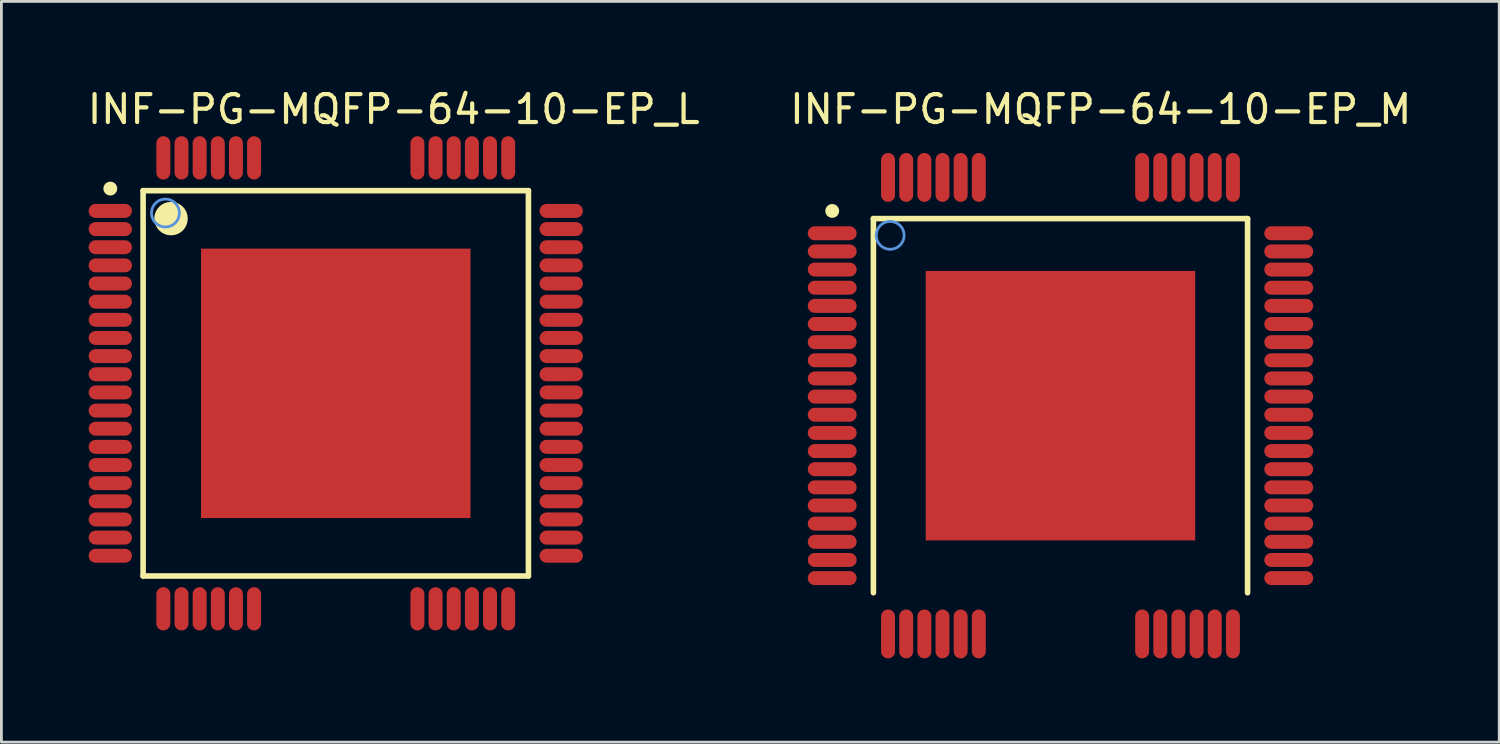
<source format=kicad_pcb>
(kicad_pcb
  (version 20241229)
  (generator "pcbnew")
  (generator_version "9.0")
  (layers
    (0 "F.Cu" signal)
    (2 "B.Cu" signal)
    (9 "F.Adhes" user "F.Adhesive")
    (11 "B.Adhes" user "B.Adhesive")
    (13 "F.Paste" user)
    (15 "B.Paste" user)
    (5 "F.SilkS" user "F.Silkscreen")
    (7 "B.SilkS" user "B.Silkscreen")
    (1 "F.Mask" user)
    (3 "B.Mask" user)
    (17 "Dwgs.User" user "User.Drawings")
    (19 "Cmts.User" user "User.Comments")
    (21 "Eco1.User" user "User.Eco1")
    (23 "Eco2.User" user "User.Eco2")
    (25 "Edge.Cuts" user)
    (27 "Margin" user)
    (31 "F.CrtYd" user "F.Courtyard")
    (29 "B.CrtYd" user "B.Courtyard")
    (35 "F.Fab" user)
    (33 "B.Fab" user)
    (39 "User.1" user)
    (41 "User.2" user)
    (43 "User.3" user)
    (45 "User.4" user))
  (footprint "INF-PG-MQFP-64-10-EP_M"
    (layer "F.Cu")
    (at 34.93 11.479)
    (property "Reference" "INF-PG-MQFP-64-10-EP_M" (at -9.775 -10.029 0) (layer "F.SilkS") (effects (font (size 1 1) (thickness 0.15)) (justify left bottom)))
    (attr through_hole)
    (fp_line (start -6.7 -6.7) (end 6.7 -6.7) (stroke (width 0.2) (type solid)) (layer "F.SilkS"))
    (fp_line (start -6.7 6.7) (end -6.7 -6.7) (stroke (width 0.2) (type solid)) (layer "F.SilkS"))
    (fp_line (start 6.7 6.7) (end 6.7 -6.7) (stroke (width 0.2) (type solid)) (layer "F.SilkS"))
    (fp_circle (center -8.175 -6.975) (end -8.05 -6.975) (stroke (width 0.25) (type solid)) (fill no) (layer "F.SilkS"))
    (fp_circle (center -6.1 -6.1) (end -5.6 -6.1) (stroke (width 0.1) (type solid)) (fill no) (layer "Cmts.User"))
    (pad "1" smd oval (at -8.175 -6.175 90) (size 0.5 1.75) (layers "F.Cu" "F.Mask" "F.Paste"))
    (pad "2" smd oval (at -8.175 -5.525 90) (size 0.5 1.75) (layers "F.Cu" "F.Mask" "F.Paste"))
    (pad "3" smd oval (at -8.175 -4.875 90) (size 0.5 1.75) (layers "F.Cu" "F.Mask" "F.Paste"))
    (pad "4" smd oval (at -8.175 -4.225 90) (size 0.5 1.75) (layers "F.Cu" "F.Mask" "F.Paste"))
    (pad "5" smd oval (at -8.175 -3.575 90) (size 0.5 1.75) (layers "F.Cu" "F.Mask" "F.Paste"))
    (pad "6" smd oval (at -8.175 -2.925 90) (size 0.5 1.75) (layers "F.Cu" "F.Mask" "F.Paste"))
    (pad "7" smd oval (at -8.175 -2.275 90) (size 0.5 1.75) (layers "F.Cu" "F.Mask" "F.Paste"))
    (pad "8" smd oval (at -8.175 -1.625 90) (size 0.5 1.75) (layers "F.Cu" "F.Mask" "F.Paste"))
    (pad "9" smd oval (at -8.175 -0.975 90) (size 0.5 1.75) (layers "F.Cu" "F.Mask" "F.Paste"))
    (pad "10" smd oval (at -8.175 -0.325 90) (size 0.5 1.75) (layers "F.Cu" "F.Mask" "F.Paste"))
    (pad "11" smd oval (at -8.175 0.325 90) (size 0.5 1.75) (layers "F.Cu" "F.Mask" "F.Paste"))
    (pad "12" smd oval (at -8.175 0.975 90) (size 0.5 1.75) (layers "F.Cu" "F.Mask" "F.Paste"))
    (pad "13" smd oval (at -8.175 1.625 90) (size 0.5 1.75) (layers "F.Cu" "F.Mask" "F.Paste"))
    (pad "14" smd oval (at -8.175 2.275 90) (size 0.5 1.75) (layers "F.Cu" "F.Mask" "F.Paste"))
    (pad "15" smd oval (at -8.175 2.925 90) (size 0.5 1.75) (layers "F.Cu" "F.Mask" "F.Paste"))
    (pad "16" smd oval (at -8.175 3.575 90) (size 0.5 1.75) (layers "F.Cu" "F.Mask" "F.Paste"))
    (pad "17" smd oval (at -8.175 4.225 90) (size 0.5 1.75) (layers "F.Cu" "F.Mask" "F.Paste"))
    (pad "18" smd oval (at -8.175 4.875 90) (size 0.5 1.75) (layers "F.Cu" "F.Mask" "F.Paste"))
    (pad "19" smd oval (at -8.175 5.525 90) (size 0.5 1.75) (layers "F.Cu" "F.Mask" "F.Paste"))
    (pad "20" smd oval (at -8.175 6.175 90) (size 0.5 1.75) (layers "F.Cu" "F.Mask" "F.Paste"))
    (pad "21" smd oval (at -6.175 8.175) (size 0.5 1.75) (layers "F.Cu" "F.Mask" "F.Paste"))
    (pad "22" smd oval (at -5.525 8.175) (size 0.5 1.75) (layers "F.Cu" "F.Mask" "F.Paste"))
    (pad "23" smd oval (at -4.875 8.175) (size 0.5 1.75) (layers "F.Cu" "F.Mask" "F.Paste"))
    (pad "24" smd oval (at -4.225 8.175) (size 0.5 1.75) (layers "F.Cu" "F.Mask" "F.Paste"))
    (pad "25" smd oval (at -3.575 8.175) (size 0.5 1.75) (layers "F.Cu" "F.Mask" "F.Paste"))
    (pad "26" smd oval (at -2.925 8.175) (size 0.5 1.75) (layers "F.Cu" "F.Mask" "F.Paste"))
    (pad "27" smd oval (at 2.925 8.175) (size 0.5 1.75) (layers "F.Cu" "F.Mask" "F.Paste"))
    (pad "28" smd oval (at 3.575 8.175) (size 0.5 1.75) (layers "F.Cu" "F.Mask" "F.Paste"))
    (pad "29" smd oval (at 4.225 8.175) (size 0.5 1.75) (layers "F.Cu" "F.Mask" "F.Paste"))
    (pad "30" smd oval (at 4.875 8.175) (size 0.5 1.75) (layers "F.Cu" "F.Mask" "F.Paste"))
    (pad "31" smd oval (at 5.525 8.175) (size 0.5 1.75) (layers "F.Cu" "F.Mask" "F.Paste"))
    (pad "32" smd oval (at 6.175 8.175) (size 0.5 1.75) (layers "F.Cu" "F.Mask" "F.Paste"))
    (pad "33" smd oval (at 8.175 6.175 90) (size 0.5 1.75) (layers "F.Cu" "F.Mask" "F.Paste"))
    (pad "34" smd oval (at 8.175 5.525 90) (size 0.5 1.75) (layers "F.Cu" "F.Mask" "F.Paste"))
    (pad "35" smd oval (at 8.175 4.875 90) (size 0.5 1.75) (layers "F.Cu" "F.Mask" "F.Paste"))
    (pad "36" smd oval (at 8.175 4.225 90) (size 0.5 1.75) (layers "F.Cu" "F.Mask" "F.Paste"))
    (pad "37" smd oval (at 8.175 3.575 90) (size 0.5 1.75) (layers "F.Cu" "F.Mask" "F.Paste"))
    (pad "38" smd oval (at 8.175 2.925 90) (size 0.5 1.75) (layers "F.Cu" "F.Mask" "F.Paste"))
    (pad "39" smd oval (at 8.175 2.275 90) (size 0.5 1.75) (layers "F.Cu" "F.Mask" "F.Paste"))
    (pad "40" smd oval (at 8.175 1.625 90) (size 0.5 1.75) (layers "F.Cu" "F.Mask" "F.Paste"))
    (pad "41" smd oval (at 8.175 0.975 90) (size 0.5 1.75) (layers "F.Cu" "F.Mask" "F.Paste"))
    (pad "42" smd oval (at 8.175 0.325 90) (size 0.5 1.75) (layers "F.Cu" "F.Mask" "F.Paste"))
    (pad "43" smd oval (at 8.175 -0.325 90) (size 0.5 1.75) (layers "F.Cu" "F.Mask" "F.Paste"))
    (pad "44" smd oval (at 8.175 -0.975 90) (size 0.5 1.75) (layers "F.Cu" "F.Mask" "F.Paste"))
    (pad "45" smd oval (at 8.175 -1.625 90) (size 0.5 1.75) (layers "F.Cu" "F.Mask" "F.Paste"))
    (pad "46" smd oval (at 8.175 -2.275 90) (size 0.5 1.75) (layers "F.Cu" "F.Mask" "F.Paste"))
    (pad "47" smd oval (at 8.175 -2.925 90) (size 0.5 1.75) (layers "F.Cu" "F.Mask" "F.Paste"))
    (pad "48" smd oval (at 8.175 -3.575 90) (size 0.5 1.75) (layers "F.Cu" "F.Mask" "F.Paste"))
    (pad "49" smd oval (at 8.175 -4.225 90) (size 0.5 1.75) (layers "F.Cu" "F.Mask" "F.Paste"))
    (pad "50" smd oval (at 8.175 -4.875 90) (size 0.5 1.75) (layers "F.Cu" "F.Mask" "F.Paste"))
    (pad "51" smd oval (at 8.175 -5.525 90) (size 0.5 1.75) (layers "F.Cu" "F.Mask" "F.Paste"))
    (pad "52" smd oval (at 8.175 -6.175 90) (size 0.5 1.75) (layers "F.Cu" "F.Mask" "F.Paste"))
    (pad "53" smd oval (at 6.175 -8.175) (size 0.5 1.75) (layers "F.Cu" "F.Mask" "F.Paste"))
    (pad "54" smd oval (at 5.525 -8.175) (size 0.5 1.75) (layers "F.Cu" "F.Mask" "F.Paste"))
    (pad "55" smd oval (at 4.875 -8.175) (size 0.5 1.75) (layers "F.Cu" "F.Mask" "F.Paste"))
    (pad "56" smd oval (at 4.225 -8.175) (size 0.5 1.75) (layers "F.Cu" "F.Mask" "F.Paste"))
    (pad "57" smd oval (at 3.575 -8.175) (size 0.5 1.75) (layers "F.Cu" "F.Mask" "F.Paste"))
    (pad "58" smd oval (at 2.925 -8.175) (size 0.5 1.75) (layers "F.Cu" "F.Mask" "F.Paste"))
    (pad "59" smd oval (at -2.925 -8.175) (size 0.5 1.75) (layers "F.Cu" "F.Mask" "F.Paste"))
    (pad "60" smd oval (at -3.575 -8.175) (size 0.5 1.75) (layers "F.Cu" "F.Mask" "F.Paste"))
    (pad "61" smd oval (at -4.225 -8.175) (size 0.5 1.75) (layers "F.Cu" "F.Mask" "F.Paste"))
    (pad "62" smd oval (at -4.875 -8.175) (size 0.5 1.75) (layers "F.Cu" "F.Mask" "F.Paste"))
    (pad "63" smd oval (at -5.525 -8.175) (size 0.5 1.75) (layers "F.Cu" "F.Mask" "F.Paste"))
    (pad "64" smd oval (at -6.175 -8.175) (size 0.5 1.75) (layers "F.Cu" "F.Mask" "F.Paste"))
    (pad "65" smd rect (at 0 0) (size 9.65 9.65) (layers "F.Cu" "F.Mask" "F.Paste")))
  (footprint "INF-PG-MQFP-64-10-EP_L"
    (layer "F.Cu")
    (at 8.975 10.679)
    (property "Reference" "INF-PG-MQFP-64-10-EP_L" (at -8.975 -9.229 0) (layer "F.SilkS") (effects (font (size 1 1) (thickness 0.15)) (justify left bottom)))
    (attr through_hole)
    (fp_line (start -6.9 -6.9) (end 6.9 -6.9) (stroke (width 0.2) (type solid)) (layer "F.SilkS"))
    (fp_line (start -6.9 6.9) (end -6.9 -6.9) (stroke (width 0.2) (type solid)) (layer "F.SilkS"))
    (fp_line (start -6.9 6.9) (end 6.9 6.9) (stroke (width 0.2) (type solid)) (layer "F.SilkS"))
    (fp_line (start 6.9 6.9) (end 6.9 -6.9) (stroke (width 0.2) (type solid)) (layer "F.SilkS"))
    (fp_circle (center -8.075 -6.975) (end -7.95 -6.975) (stroke (width 0.25) (type solid)) (fill no) (layer "F.SilkS"))
    (fp_circle (center -5.9 -5.9) (end -5.6 -5.9) (stroke (width 0.6) (type solid)) (fill no) (layer "F.SilkS"))
    (fp_circle (center -6.1 -6.1) (end -5.6 -6.1) (stroke (width 0.1) (type solid)) (fill no) (layer "Cmts.User"))
    (pad "1" smd oval (at -8.075 -6.175 90) (size 0.5 1.55) (layers "F.Cu" "F.Mask" "F.Paste"))
    (pad "2" smd oval (at -8.075 -5.525 90) (size 0.5 1.55) (layers "F.Cu" "F.Mask" "F.Paste"))
    (pad "3" smd oval (at -8.075 -4.875 90) (size 0.5 1.55) (layers "F.Cu" "F.Mask" "F.Paste"))
    (pad "4" smd oval (at -8.075 -4.225 90) (size 0.5 1.55) (layers "F.Cu" "F.Mask" "F.Paste"))
    (pad "5" smd oval (at -8.075 -3.575 90) (size 0.5 1.55) (layers "F.Cu" "F.Mask" "F.Paste"))
    (pad "6" smd oval (at -8.075 -2.925 90) (size 0.5 1.55) (layers "F.Cu" "F.Mask" "F.Paste"))
    (pad "7" smd oval (at -8.075 -2.275 90) (size 0.5 1.55) (layers "F.Cu" "F.Mask" "F.Paste"))
    (pad "8" smd oval (at -8.075 -1.625 90) (size 0.5 1.55) (layers "F.Cu" "F.Mask" "F.Paste"))
    (pad "9" smd oval (at -8.075 -0.975 90) (size 0.5 1.55) (layers "F.Cu" "F.Mask" "F.Paste"))
    (pad "10" smd oval (at -8.075 -0.325 90) (size 0.5 1.55) (layers "F.Cu" "F.Mask" "F.Paste"))
    (pad "11" smd oval (at -8.075 0.325 90) (size 0.5 1.55) (layers "F.Cu" "F.Mask" "F.Paste"))
    (pad "12" smd oval (at -8.075 0.975 90) (size 0.5 1.55) (layers "F.Cu" "F.Mask" "F.Paste"))
    (pad "13" smd oval (at -8.075 1.625 90) (size 0.5 1.55) (layers "F.Cu" "F.Mask" "F.Paste"))
    (pad "14" smd oval (at -8.075 2.275 90) (size 0.5 1.55) (layers "F.Cu" "F.Mask" "F.Paste"))
    (pad "15" smd oval (at -8.075 2.925 90) (size 0.5 1.55) (layers "F.Cu" "F.Mask" "F.Paste"))
    (pad "16" smd oval (at -8.075 3.575 90) (size 0.5 1.55) (layers "F.Cu" "F.Mask" "F.Paste"))
    (pad "17" smd oval (at -8.075 4.225 90) (size 0.5 1.55) (layers "F.Cu" "F.Mask" "F.Paste"))
    (pad "18" smd oval (at -8.075 4.875 90) (size 0.5 1.55) (layers "F.Cu" "F.Mask" "F.Paste"))
    (pad "19" smd oval (at -8.075 5.525 90) (size 0.5 1.55) (layers "F.Cu" "F.Mask" "F.Paste"))
    (pad "20" smd oval (at -8.075 6.175 90) (size 0.5 1.55) (layers "F.Cu" "F.Mask" "F.Paste"))
    (pad "21" smd oval (at -6.175 8.075) (size 0.5 1.55) (layers "F.Cu" "F.Mask" "F.Paste"))
    (pad "22" smd oval (at -5.525 8.075) (size 0.5 1.55) (layers "F.Cu" "F.Mask" "F.Paste"))
    (pad "23" smd oval (at -4.875 8.075) (size 0.5 1.55) (layers "F.Cu" "F.Mask" "F.Paste"))
    (pad "24" smd oval (at -4.225 8.075) (size 0.5 1.55) (layers "F.Cu" "F.Mask" "F.Paste"))
    (pad "25" smd oval (at -3.575 8.075) (size 0.5 1.55) (layers "F.Cu" "F.Mask" "F.Paste"))
    (pad "26" smd oval (at -2.925 8.075) (size 0.5 1.55) (layers "F.Cu" "F.Mask" "F.Paste"))
    (pad "27" smd oval (at 2.925 8.075) (size 0.5 1.55) (layers "F.Cu" "F.Mask" "F.Paste"))
    (pad "28" smd oval (at 3.575 8.075) (size 0.5 1.55) (layers "F.Cu" "F.Mask" "F.Paste"))
    (pad "29" smd oval (at 4.225 8.075) (size 0.5 1.55) (layers "F.Cu" "F.Mask" "F.Paste"))
    (pad "30" smd oval (at 4.875 8.075) (size 0.5 1.55) (layers "F.Cu" "F.Mask" "F.Paste"))
    (pad "31" smd oval (at 5.525 8.075) (size 0.5 1.55) (layers "F.Cu" "F.Mask" "F.Paste"))
    (pad "32" smd oval (at 6.175 8.075) (size 0.5 1.55) (layers "F.Cu" "F.Mask" "F.Paste"))
    (pad "33" smd oval (at 8.075 6.175 90) (size 0.5 1.55) (layers "F.Cu" "F.Mask" "F.Paste"))
    (pad "34" smd oval (at 8.075 5.525 90) (size 0.5 1.55) (layers "F.Cu" "F.Mask" "F.Paste"))
    (pad "35" smd oval (at 8.075 4.875 90) (size 0.5 1.55) (layers "F.Cu" "F.Mask" "F.Paste"))
    (pad "36" smd oval (at 8.075 4.225 90) (size 0.5 1.55) (layers "F.Cu" "F.Mask" "F.Paste"))
    (pad "37" smd oval (at 8.075 3.575 90) (size 0.5 1.55) (layers "F.Cu" "F.Mask" "F.Paste"))
    (pad "38" smd oval (at 8.075 2.925 90) (size 0.5 1.55) (layers "F.Cu" "F.Mask" "F.Paste"))
    (pad "39" smd oval (at 8.075 2.275 90) (size 0.5 1.55) (layers "F.Cu" "F.Mask" "F.Paste"))
    (pad "40" smd oval (at 8.075 1.625 90) (size 0.5 1.55) (layers "F.Cu" "F.Mask" "F.Paste"))
    (pad "41" smd oval (at 8.075 0.975 90) (size 0.5 1.55) (layers "F.Cu" "F.Mask" "F.Paste"))
    (pad "42" smd oval (at 8.075 0.325 90) (size 0.5 1.55) (layers "F.Cu" "F.Mask" "F.Paste"))
    (pad "43" smd oval (at 8.075 -0.325 90) (size 0.5 1.55) (layers "F.Cu" "F.Mask" "F.Paste"))
    (pad "44" smd oval (at 8.075 -0.975 90) (size 0.5 1.55) (layers "F.Cu" "F.Mask" "F.Paste"))
    (pad "45" smd oval (at 8.075 -1.625 90) (size 0.5 1.55) (layers "F.Cu" "F.Mask" "F.Paste"))
    (pad "46" smd oval (at 8.075 -2.275 90) (size 0.5 1.55) (layers "F.Cu" "F.Mask" "F.Paste"))
    (pad "47" smd oval (at 8.075 -2.925 90) (size 0.5 1.55) (layers "F.Cu" "F.Mask" "F.Paste"))
    (pad "48" smd oval (at 8.075 -3.575 90) (size 0.5 1.55) (layers "F.Cu" "F.Mask" "F.Paste"))
    (pad "49" smd oval (at 8.075 -4.225 90) (size 0.5 1.55) (layers "F.Cu" "F.Mask" "F.Paste"))
    (pad "50" smd oval (at 8.075 -4.875 90) (size 0.5 1.55) (layers "F.Cu" "F.Mask" "F.Paste"))
    (pad "51" smd oval (at 8.075 -5.525 90) (size 0.5 1.55) (layers "F.Cu" "F.Mask" "F.Paste"))
    (pad "52" smd oval (at 8.075 -6.175 90) (size 0.5 1.55) (layers "F.Cu" "F.Mask" "F.Paste"))
    (pad "53" smd oval (at 6.175 -8.075) (size 0.5 1.55) (layers "F.Cu" "F.Mask" "F.Paste"))
    (pad "54" smd oval (at 5.525 -8.075) (size 0.5 1.55) (layers "F.Cu" "F.Mask" "F.Paste"))
    (pad "55" smd oval (at 4.875 -8.075) (size 0.5 1.55) (layers "F.Cu" "F.Mask" "F.Paste"))
    (pad "56" smd oval (at 4.225 -8.075) (size 0.5 1.55) (layers "F.Cu" "F.Mask" "F.Paste"))
    (pad "57" smd oval (at 3.575 -8.075) (size 0.5 1.55) (layers "F.Cu" "F.Mask" "F.Paste"))
    (pad "58" smd oval (at 2.925 -8.075) (size 0.5 1.55) (layers "F.Cu" "F.Mask" "F.Paste"))
    (pad "59" smd oval (at -2.925 -8.075) (size 0.5 1.55) (layers "F.Cu" "F.Mask" "F.Paste"))
    (pad "60" smd oval (at -3.575 -8.075) (size 0.5 1.55) (layers "F.Cu" "F.Mask" "F.Paste"))
    (pad "61" smd oval (at -4.225 -8.075) (size 0.5 1.55) (layers "F.Cu" "F.Mask" "F.Paste"))
    (pad "62" smd oval (at -4.875 -8.075) (size 0.5 1.55) (layers "F.Cu" "F.Mask" "F.Paste"))
    (pad "63" smd oval (at -5.525 -8.075) (size 0.5 1.55) (layers "F.Cu" "F.Mask" "F.Paste"))
    (pad "64" smd oval (at -6.175 -8.075) (size 0.5 1.55) (layers "F.Cu" "F.Mask" "F.Paste"))
    (pad "65" smd rect (at 0 0) (size 9.65 9.65) (layers "F.Cu" "F.Mask" "F.Paste")))
  (gr_rect
    (start -3 -3)
    (end 50.643 23.529)
    (stroke (width 0.1) (type default))
    (fill no)
    (layer "Edge.Cuts")))
</source>
